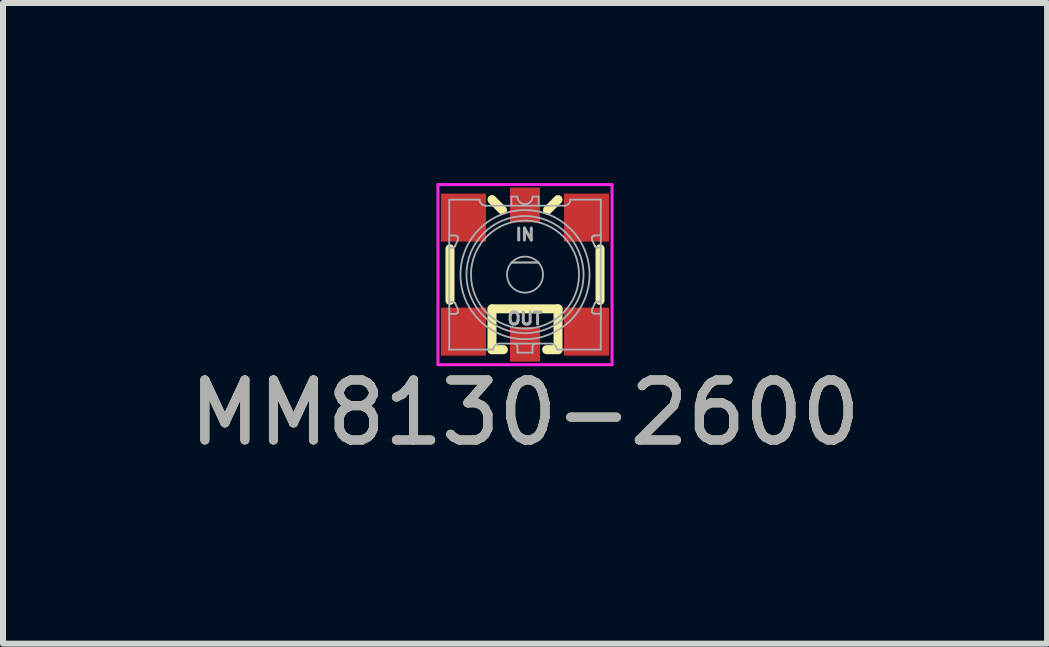
<source format=kicad_pcb>
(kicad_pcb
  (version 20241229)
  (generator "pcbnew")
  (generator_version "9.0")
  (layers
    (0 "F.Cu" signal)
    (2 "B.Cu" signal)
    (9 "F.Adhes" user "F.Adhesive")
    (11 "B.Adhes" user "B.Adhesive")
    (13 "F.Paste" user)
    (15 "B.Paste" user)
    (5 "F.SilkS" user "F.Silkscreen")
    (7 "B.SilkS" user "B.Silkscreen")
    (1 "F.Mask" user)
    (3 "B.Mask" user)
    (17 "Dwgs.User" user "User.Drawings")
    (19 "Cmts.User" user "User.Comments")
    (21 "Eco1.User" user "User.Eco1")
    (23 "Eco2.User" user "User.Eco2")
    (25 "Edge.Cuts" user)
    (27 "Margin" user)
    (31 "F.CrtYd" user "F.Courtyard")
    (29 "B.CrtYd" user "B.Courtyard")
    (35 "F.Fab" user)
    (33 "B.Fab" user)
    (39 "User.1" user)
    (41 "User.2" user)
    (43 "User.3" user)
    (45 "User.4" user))
  (footprint "MM8130-2600"
    (layer "F.Cu")
    (at 5.696 1.525)
    (property "Reference" "MM8130-2600" (at 0 2.3 0) (layer "F.SilkS") (effects (font (size 1 1) (thickness 0.15))))
    (attr smd)
    (fp_line (start -1.25 -0.43) (end -1.25 0.43) (stroke (width 0.15) (type solid)) (layer "F.SilkS"))
    (fp_line (start -0.55 -1.25) (end -0.375 -1.075) (stroke (width 0.15) (type solid)) (layer "F.SilkS"))
    (fp_line (start -0.55 0.57) (end -0.55 1.25) (stroke (width 0.15) (type solid)) (layer "F.SilkS"))
    (fp_line (start -0.55 0.57) (end 0.55 0.57) (stroke (width 0.15) (type solid)) (layer "F.SilkS"))
    (fp_line (start -0.55 1.25) (end -0.36 1.25) (stroke (width 0.15) (type solid)) (layer "F.SilkS"))
    (fp_line (start 0.36 1.25) (end 0.55 1.25) (stroke (width 0.15) (type solid)) (layer "F.SilkS"))
    (fp_line (start 0.55 -1.25) (end 0.375 -1.075) (stroke (width 0.15) (type solid)) (layer "F.SilkS"))
    (fp_line (start 0.55 0.57) (end 0.55 1.25) (stroke (width 0.15) (type solid)) (layer "F.SilkS"))
    (fp_line (start 1.25 -0.43) (end 1.25 0.43) (stroke (width 0.15) (type solid)) (layer "F.SilkS"))
    (fp_line (start -1.45 -1.5) (end -1.45 1.5) (stroke (width 0.05) (type solid)) (layer "F.CrtYd"))
    (fp_line (start -1.45 1.5) (end 1.45 1.5) (stroke (width 0.05) (type solid)) (layer "F.CrtYd"))
    (fp_line (start 1.45 -1.5) (end -1.45 -1.5) (stroke (width 0.05) (type solid)) (layer "F.CrtYd"))
    (fp_line (start 1.45 1.5) (end 1.45 -1.5) (stroke (width 0.05) (type solid)) (layer "F.CrtYd"))
    (fp_line (start -1.262 -1.249) (end -1.262 1.249) (stroke (width 0.03) (type solid)) (layer "F.Fab"))
    (fp_line (start -1.212 -0.45) (end -1.262 -0.45) (stroke (width 0.03) (type solid)) (layer "F.Fab"))
    (fp_line (start -1.211 0.452) (end -1.261 0.452) (stroke (width 0.03) (type solid)) (layer "F.Fab"))
    (fp_line (start -1.161 -0.652) (end -1.262 -0.652) (stroke (width 0.03) (type solid)) (layer "F.Fab"))
    (fp_line (start -1.16 0.654) (end -1.261 0.654) (stroke (width 0.03) (type solid)) (layer "F.Fab"))
    (fp_line (start -1.119 -0.576) (end -1.161 -0.484) (stroke (width 0.03) (type solid)) (layer "F.Fab"))
    (fp_line (start -1.118 0.578) (end -1.16 0.485) (stroke (width 0.03) (type solid)) (layer "F.Fab"))
    (fp_line (start -0.757 -1.249) (end -1.262 -1.249) (stroke (width 0.03) (type solid)) (layer "F.Fab"))
    (fp_line (start -0.53 1.249) (end -1.262 1.249) (stroke (width 0.03) (type solid)) (layer "F.Fab"))
    (fp_line (start -0.227 -1.3) (end -0.227 -1.148) (stroke (width 0.03) (type solid)) (layer "F.Fab"))
    (fp_line (start -0.226 -0.202) (end 0.226 -0.202) (stroke (width 0.03) (type solid)) (layer "F.Fab"))
    (fp_line (start -0.226 -0.202) (end 0.226 -0.202) (stroke (width 0.03) (type solid)) (layer "F.Fab"))
    (fp_line (start -0.126 1.198) (end -0.126 1.3) (stroke (width 0.03) (type solid)) (layer "F.Fab"))
    (fp_line (start -0.126 -1.3) (end -0.227 -1.3) (stroke (width 0.03) (type solid)) (layer "F.Fab"))
    (fp_line (start 0.126 1.198) (end 0.126 1.3) (stroke (width 0.03) (type solid)) (layer "F.Fab"))
    (fp_line (start 0.126 1.3) (end -0.126 1.3) (stroke (width 0.03) (type solid)) (layer "F.Fab"))
    (fp_line (start 0.227 -1.3) (end 0.126 -1.3) (stroke (width 0.03) (type solid)) (layer "F.Fab"))
    (fp_line (start 0.227 -1.3) (end 0.227 -1.148) (stroke (width 0.03) (type solid)) (layer "F.Fab"))
    (fp_line (start 0.431 1.148) (end -0.431 1.148) (stroke (width 0.03) (type solid)) (layer "F.Fab"))
    (fp_line (start 0.658 -1.148) (end -0.658 -1.148) (stroke (width 0.03) (type solid)) (layer "F.Fab"))
    (fp_line (start 1.118 -0.577) (end 1.16 -0.485) (stroke (width 0.03) (type solid)) (layer "F.Fab"))
    (fp_line (start 1.119 0.576) (end 1.161 0.484) (stroke (width 0.03) (type solid)) (layer "F.Fab"))
    (fp_line (start 1.16 -0.653) (end 1.261 -0.653) (stroke (width 0.03) (type solid)) (layer "F.Fab"))
    (fp_line (start 1.161 0.652) (end 1.262 0.652) (stroke (width 0.03) (type solid)) (layer "F.Fab"))
    (fp_line (start 1.21 -0.451) (end 1.261 -0.451) (stroke (width 0.03) (type solid)) (layer "F.Fab"))
    (fp_line (start 1.212 0.45) (end 1.262 0.45) (stroke (width 0.03) (type solid)) (layer "F.Fab"))
    (fp_line (start 1.262 -1.249) (end 0.757 -1.249) (stroke (width 0.03) (type solid)) (layer "F.Fab"))
    (fp_line (start 1.262 -1.249) (end 1.262 1.249) (stroke (width 0.03) (type solid)) (layer "F.Fab"))
    (fp_line (start 1.262 1.249) (end 0.53 1.249) (stroke (width 0.03) (type solid)) (layer "F.Fab"))
    (fp_arc (start -1.210549 0.451713) (mid -1.204731 0.451901) (end -1.198946 0.452555) (stroke (width 0.03) (type solid)) (layer "F.Fab"))
    (fp_arc (start -1.2001 -0.451004) (mid -1.205885 -0.450352) (end -1.211703 -0.450162) (stroke (width 0.03) (type solid)) (layer "F.Fab"))
    (fp_arc (start -1.198946 0.452557) (mid -1.196187 0.453076) (end -1.193462 0.45375) (stroke (width 0.03) (type solid)) (layer "F.Fab"))
    (fp_arc (start -1.194616 -0.452199) (mid -1.197342 -0.451527) (end -1.2001 -0.451006) (stroke (width 0.03) (type solid)) (layer "F.Fab"))
    (fp_arc (start -1.193463 0.453756) (mid -1.190791 0.454589) (end -1.188178 0.45559) (stroke (width 0.03) (type solid)) (layer "F.Fab"))
    (fp_arc (start -1.189332 -0.454039) (mid -1.191945 -0.453038) (end -1.194617 -0.452205) (stroke (width 0.03) (type solid)) (layer "F.Fab"))
    (fp_arc (start -1.188181 0.455586) (mid -1.180272 0.459976) (end -1.173417 0.465878) (stroke (width 0.03) (type solid)) (layer "F.Fab"))
    (fp_arc (start -1.174571 -0.464327) (mid -1.181426 -0.458425) (end -1.189335 -0.454035) (stroke (width 0.03) (type solid)) (layer "F.Fab"))
    (fp_arc (start -1.173413 0.46587) (mid -1.171044 0.468476) (end -1.168824 0.471211) (stroke (width 0.03) (type solid)) (layer "F.Fab"))
    (fp_arc (start -1.169978 -0.46966) (mid -1.172193 -0.466922) (end -1.174567 -0.464319) (stroke (width 0.03) (type solid)) (layer "F.Fab"))
    (fp_arc (start -1.16882 0.471217) (mid -1.166519 0.474388) (end -1.164381 0.477671) (stroke (width 0.03) (type solid)) (layer "F.Fab"))
    (fp_arc (start -1.165535 -0.47612) (mid -1.167675 -0.472838) (end -1.169974 -0.469666) (stroke (width 0.03) (type solid)) (layer "F.Fab"))
    (fp_arc (start -1.164378 0.477666) (mid -1.162147 0.481451) (end -1.160079 0.485327) (stroke (width 0.03) (type solid)) (layer "F.Fab"))
    (fp_arc (start -1.161238 -0.652107) (mid -1.145343 -0.649598) (end -1.13151 -0.641377) (stroke (width 0.03) (type solid)) (layer "F.Fab"))
    (fp_arc (start -1.161233 -0.483776) (mid -1.163301 -0.4799) (end -1.165532 -0.476115) (stroke (width 0.03) (type solid)) (layer "F.Fab"))
    (fp_arc (start -1.131515 -0.641374) (mid -1.128107 -0.63788) (end -1.125119 -0.634021) (stroke (width 0.03) (type solid)) (layer "F.Fab"))
    (fp_arc (start -1.130356 0.642928) (mid -1.144189 0.651149) (end -1.160084 0.653658) (stroke (width 0.03) (type solid)) (layer "F.Fab"))
    (fp_arc (start -1.125107 -0.634027) (mid -1.122522 -0.629833) (end -1.120361 -0.625406) (stroke (width 0.03) (type solid)) (layer "F.Fab"))
    (fp_arc (start -1.123965 0.635572) (mid -1.126953 0.639431) (end -1.130361 0.642925) (stroke (width 0.03) (type solid)) (layer "F.Fab"))
    (fp_arc (start -1.120365 -0.625399) (mid -1.115308 -0.600971) (end -1.119155 -0.576324) (stroke (width 0.03) (type solid)) (layer "F.Fab"))
    (fp_arc (start -1.119207 0.626957) (mid -1.121368 0.631384) (end -1.123953 0.635578) (stroke (width 0.03) (type solid)) (layer "F.Fab"))
    (fp_arc (start -1.118001 0.577875) (mid -1.114154 0.602522) (end -1.119211 0.62695) (stroke (width 0.03) (type solid)) (layer "F.Fab"))
    (fp_arc (start -0.657954 -1.148383) (mid -0.72833 -1.178545) (end -0.757355 -1.249397) (stroke (width 0.03) (type solid)) (layer "F.Fab"))
    (fp_arc (start -0.530175 1.249398) (mid -0.501165 1.178529) (end -0.430772 1.148383) (stroke (width 0.03) (type solid)) (layer "F.Fab"))
    (fp_arc (start -0.17611 1.14838) (mid -0.141028 1.162963) (end -0.126445 1.198045) (stroke (width 0.03) (type solid)) (layer "F.Fab"))
    (fp_arc (start -0.000116 -1.17369) (mid -0.089367 -1.210631) (end -0.126365 -1.299859) (stroke (width 0.03) (type solid)) (layer "F.Fab"))
    (fp_arc (start 0.125955 1.198045) (mid 0.140538 1.162963) (end 0.17562 1.14838) (stroke (width 0.03) (type solid)) (layer "F.Fab"))
    (fp_arc (start 0.126045 -1.299856) (mid 0.089082 -1.210654) (end -0.000121 -1.17369) (stroke (width 0.03) (type solid)) (layer "F.Fab"))
    (fp_arc (start 0.430538 1.148384) (mid 0.50088 1.178553) (end 0.529855 1.249396) (stroke (width 0.03) (type solid)) (layer "F.Fab"))
    (fp_arc (start 0.757035 -1.249396) (mid 0.728011 -1.178544) (end 0.657635 -1.148383) (stroke (width 0.03) (type solid)) (layer "F.Fab"))
    (fp_arc (start 1.117751 -0.577075) (mid 1.113904 -0.601722) (end 1.118961 -0.62615) (stroke (width 0.03) (type solid)) (layer "F.Fab"))
    (fp_arc (start 1.118957 -0.626157) (mid 1.121118 -0.630584) (end 1.123703 -0.634778) (stroke (width 0.03) (type solid)) (layer "F.Fab"))
    (fp_arc (start 1.120165 0.625349) (mid 1.115108 0.600921) (end 1.118955 0.576274) (stroke (width 0.03) (type solid)) (layer "F.Fab"))
    (fp_arc (start 1.123715 -0.634772) (mid 1.126703 -0.638631) (end 1.130111 -0.642125) (stroke (width 0.03) (type solid)) (layer "F.Fab"))
    (fp_arc (start 1.124907 0.633977) (mid 1.122322 0.629783) (end 1.120161 0.625356) (stroke (width 0.03) (type solid)) (layer "F.Fab"))
    (fp_arc (start 1.130106 -0.642128) (mid 1.143939 -0.650349) (end 1.159834 -0.652858) (stroke (width 0.03) (type solid)) (layer "F.Fab"))
    (fp_arc (start 1.131315 0.641324) (mid 1.127907 0.63783) (end 1.124919 0.633971) (stroke (width 0.03) (type solid)) (layer "F.Fab"))
    (fp_arc (start 1.161033 0.483726) (mid 1.163101 0.47985) (end 1.165332 0.476065) (stroke (width 0.03) (type solid)) (layer "F.Fab"))
    (fp_arc (start 1.161038 0.652057) (mid 1.145143 0.649548) (end 1.13131 0.641327) (stroke (width 0.03) (type solid)) (layer "F.Fab"))
    (fp_arc (start 1.164128 -0.476866) (mid 1.161898 -0.480652) (end 1.159829 -0.484527) (stroke (width 0.03) (type solid)) (layer "F.Fab"))
    (fp_arc (start 1.165335 0.47607) (mid 1.167475 0.472788) (end 1.169774 0.469616) (stroke (width 0.03) (type solid)) (layer "F.Fab"))
    (fp_arc (start 1.16857 -0.470417) (mid 1.166269 -0.473588) (end 1.164131 -0.476871) (stroke (width 0.03) (type solid)) (layer "F.Fab"))
    (fp_arc (start 1.169778 0.46961) (mid 1.171993 0.466872) (end 1.174367 0.464269) (stroke (width 0.03) (type solid)) (layer "F.Fab"))
    (fp_arc (start 1.173163 -0.46507) (mid 1.170792 -0.467675) (end 1.168574 -0.470411) (stroke (width 0.03) (type solid)) (layer "F.Fab"))
    (fp_arc (start 1.174371 0.464277) (mid 1.181226 0.458375) (end 1.189135 0.453985) (stroke (width 0.03) (type solid)) (layer "F.Fab"))
    (fp_arc (start 1.187931 -0.454786) (mid 1.180022 -0.459176) (end 1.173167 -0.465078) (stroke (width 0.03) (type solid)) (layer "F.Fab"))
    (fp_arc (start 1.189132 0.453989) (mid 1.191745 0.452988) (end 1.194417 0.452155) (stroke (width 0.03) (type solid)) (layer "F.Fab"))
    (fp_arc (start 1.193213 -0.452956) (mid 1.190541 -0.453789) (end 1.187928 -0.45479) (stroke (width 0.03) (type solid)) (layer "F.Fab"))
    (fp_arc (start 1.194416 0.452149) (mid 1.197142 0.451477) (end 1.1999 0.450956) (stroke (width 0.03) (type solid)) (layer "F.Fab"))
    (fp_arc (start 1.198696 -0.451757) (mid 1.195937 -0.452276) (end 1.193212 -0.45295) (stroke (width 0.03) (type solid)) (layer "F.Fab"))
    (fp_arc (start 1.1999 0.450954) (mid 1.205685 0.450302) (end 1.211503 0.450112) (stroke (width 0.03) (type solid)) (layer "F.Fab"))
    (fp_arc (start 1.210299 -0.450913) (mid 1.20448 -0.451101) (end 1.198696 -0.451755) (stroke (width 0.03) (type solid)) (layer "F.Fab"))
    (fp_circle (center 0 0) (end 0.3 0) (stroke (width 0.03) (type default)) (fill no) (layer "F.Fab"))
    (fp_circle (center 0 0) (end 0.9 0) (stroke (width 0.03) (type default)) (fill no) (layer "F.Fab"))
    (fp_circle (center 0 0) (end 0.975 0.025) (stroke (width 0.03) (type default)) (fill no) (layer "F.Fab"))
    (fp_circle (center 0 0) (end 1.075 -0.025) (stroke (width 0.03) (type default)) (fill no) (layer "F.Fab"))
    (fp_text user "IN" (at 0 -0.55 0) (layer "F.Fab") (effects (font (size 0.2 0.2) (thickness 0.05)) (justify bottom)))
    (fp_text user "OUT" (at 0 0.85 0) (layer "F.Fab") (effects (font (size 0.2 0.2) (thickness 0.05)) (justify bottom)))
    (fp_text user "${REFERENCE}" (at 0 2.3 0) (layer "F.Fab") (effects (font (size 1 1) (thickness 0.15))))
    (pad "1" smd rect (at 0 -1.16) (size 0.5 0.58) (layers "F.Cu" "F.Mask" "F.Paste"))
    (pad "2" smd rect (at -1.025 -0.95) (size 0.75 0.8) (layers "F.Cu" "F.Mask" "F.Paste"))
    (pad "2" smd rect (at -1.025 0.95) (size 0.75 0.8) (layers "F.Cu" "F.Mask" "F.Paste"))
    (pad "2" smd rect (at 1.025 -0.95) (size 0.75 0.8) (layers "F.Cu" "F.Mask" "F.Paste"))
    (pad "2" smd rect (at 1.025 0.95) (size 0.75 0.8) (layers "F.Cu" "F.Mask" "F.Paste"))
    (pad "3" smd rect (at 0 1.16) (size 0.5 0.58) (layers "F.Cu" "F.Mask" "F.Paste"))
    (zone (net_name "") (layer "F.Cu") (hatch edge 0.508) (connect_pads) (min_thickness 0.254) (filled_areas_thickness no) (keepout (tracks not_allowed) (vias not_allowed) (pads not_allowed) (copperpour not_allowed) (footprints allowed)) (placement (enabled no)) (fill (island_removal_mode 2) (island_area_min 10)) (polygon (pts (xy 5.046 0.975) (xy 6.346 0.975) (xy 6.346 0.175) (xy 5.046 0.175))))
    (zone (net_name "") (layer "F.Cu") (hatch edge 0.508) (connect_pads) (min_thickness 0.254) (filled_areas_thickness no) (keepout (tracks not_allowed) (vias not_allowed) (pads not_allowed) (copperpour not_allowed) (footprints allowed)) (placement (enabled no)) (fill (island_removal_mode 2) (island_area_min 10)) (polygon (pts (xy 6.346 2.075) (xy 5.046 2.075) (xy 5.046 2.875) (xy 6.346 2.875)))))
  (gr_rect
    (start -3 -3)
    (end 14.393 7.673)
    (stroke (width 0.1) (type default))
    (fill no)
    (layer "Edge.Cuts")))
</source>
